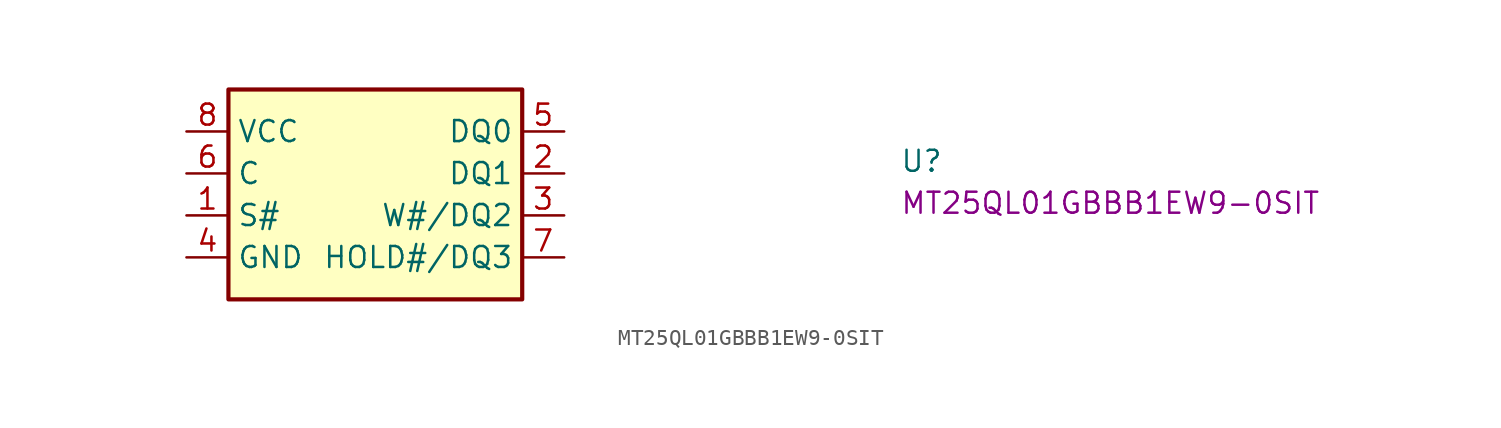
<source format=kicad_sym>
(kicad_symbol_lib
  (version 20220914)
  (generator kicad_symbol_editor)
  (symbol "MT25QL01GBBB1EW9-0SIT"
    (property "Reference" "U"
      (at 43.18 -2.54 0)
      (effects (font (size 1.27 1.27) (thickness 0.15)) (justify left bottom)))
    (property "MPN" "MT25QL01GBBB1EW9-0SIT"
      (at 43.18 -5.08 0)
      (effects (font (size 1.27 1.27) (thickness 0.15)) (justify left bottom)))
    (symbol "MT25QL01GBBB1EW9-0SIT_1_1"
      (rectangle (start 2.54 2.54) (end 20.32 -10.16) (stroke (width 0.254) (type default)) (fill (type background)))
      (pin input line (at 0 -5.08 0) (length 2.54) (name "S#" (effects (font (size 1.27 1.27)))) (number "1" (effects (font (size 1.27 1.27)))))
      (pin bidirectional line (at 22.86 -2.54 180) (length 2.54) (name "DQ1" (effects (font (size 1.27 1.27)))) (number "2" (effects (font (size 1.27 1.27)))))
      (pin bidirectional line (at 22.86 -5.08 180) (length 2.54) (name "W#/DQ2" (effects (font (size 1.27 1.27)))) (number "3" (effects (font (size 1.27 1.27)))))
      (pin power_in line (at 0 -7.62 0) (length 2.54) (name "GND" (effects (font (size 1.27 1.27)))) (number "4" (effects (font (size 1.27 1.27)))))
      (pin bidirectional line (at 22.86 0 180) (length 2.54) (name "DQ0" (effects (font (size 1.27 1.27)))) (number "5" (effects (font (size 1.27 1.27)))))
      (pin input line (at 0 -2.54 0) (length 2.54) (name "C" (effects (font (size 1.27 1.27)))) (number "6" (effects (font (size 1.27 1.27)))))
      (pin bidirectional line (at 22.86 -7.62 180) (length 2.54) (name "HOLD#/DQ3" (effects (font (size 1.27 1.27)))) (number "7" (effects (font (size 1.27 1.27)))))
      (pin power_in line (at 0 0 0) (length 2.54) (name "VCC" (effects (font (size 1.27 1.27)))) (number "8" (effects (font (size 1.27 1.27))))))))
</source>
